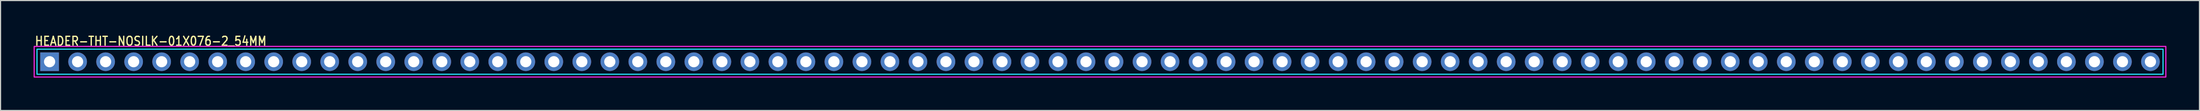
<source format=kicad_pcb>
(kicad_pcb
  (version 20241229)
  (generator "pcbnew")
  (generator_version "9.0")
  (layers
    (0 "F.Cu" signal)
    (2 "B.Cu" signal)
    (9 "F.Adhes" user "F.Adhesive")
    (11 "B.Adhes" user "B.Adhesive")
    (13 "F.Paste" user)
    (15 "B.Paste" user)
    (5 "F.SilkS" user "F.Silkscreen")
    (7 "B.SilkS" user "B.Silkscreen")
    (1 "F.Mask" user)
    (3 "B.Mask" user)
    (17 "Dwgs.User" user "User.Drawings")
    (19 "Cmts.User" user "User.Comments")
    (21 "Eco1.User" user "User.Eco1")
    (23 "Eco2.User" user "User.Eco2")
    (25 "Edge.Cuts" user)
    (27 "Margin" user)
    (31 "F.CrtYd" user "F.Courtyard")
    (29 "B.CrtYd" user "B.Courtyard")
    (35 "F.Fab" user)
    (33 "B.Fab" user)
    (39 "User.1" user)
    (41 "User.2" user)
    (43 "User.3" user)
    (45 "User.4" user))
  (footprint "HEADER-THT-NOSILK-01X076-2_54MM"
    (layer "F.Cu")
    (at 1.447 2.579)
    (property "Reference" "HEADER-THT-NOSILK-01X076-2_54MM" (at -1.4 -1.4 0) (unlocked yes) (layer "F.SilkS") (effects (font (size 0.813 0.695) (thickness 0.122)) (justify left bottom)))
    (fp_poly (pts (xy -1.143 -1.143) (xy 191.643 -1.143) (xy 191.643 1.143) (xy -1.143 1.143)) (stroke (width 0.1) (type solid)) (fill no) (layer "B.CrtYd"))
    (fp_poly (pts (xy -1.397 -1.397) (xy 191.897 -1.397) (xy 191.897 1.397) (xy -1.397 1.397)) (stroke (width 0.1) (type solid)) (fill no) (layer "F.CrtYd"))
    (pad "P$1" thru_hole rect (at 0 0) (size 1.693 1.693) (drill 1.016) (layers "*.Cu" "*.Mask"))
    (pad "P$2" thru_hole oval (at 2.54 0) (size 1.693 1.693) (drill 1.016) (layers "*.Cu" "*.Mask"))
    (pad "P$3" thru_hole oval (at 5.08 0) (size 1.693 1.693) (drill 1.016) (layers "*.Cu" "*.Mask"))
    (pad "P$4" thru_hole oval (at 7.62 0) (size 1.693 1.693) (drill 1.016) (layers "*.Cu" "*.Mask"))
    (pad "P$5" thru_hole oval (at 10.16 0) (size 1.693 1.693) (drill 1.016) (layers "*.Cu" "*.Mask"))
    (pad "P$6" thru_hole oval (at 12.7 0) (size 1.693 1.693) (drill 1.016) (layers "*.Cu" "*.Mask"))
    (pad "P$7" thru_hole oval (at 15.24 0) (size 1.693 1.693) (drill 1.016) (layers "*.Cu" "*.Mask"))
    (pad "P$8" thru_hole oval (at 17.78 0) (size 1.693 1.693) (drill 1.016) (layers "*.Cu" "*.Mask"))
    (pad "P$9" thru_hole oval (at 20.32 0) (size 1.693 1.693) (drill 1.016) (layers "*.Cu" "*.Mask"))
    (pad "P$10" thru_hole oval (at 22.86 0) (size 1.693 1.693) (drill 1.016) (layers "*.Cu" "*.Mask"))
    (pad "P$11" thru_hole oval (at 25.4 0) (size 1.693 1.693) (drill 1.016) (layers "*.Cu" "*.Mask"))
    (pad "P$12" thru_hole oval (at 27.94 0) (size 1.693 1.693) (drill 1.016) (layers "*.Cu" "*.Mask"))
    (pad "P$13" thru_hole oval (at 30.48 0) (size 1.693 1.693) (drill 1.016) (layers "*.Cu" "*.Mask"))
    (pad "P$14" thru_hole oval (at 33.02 0) (size 1.693 1.693) (drill 1.016) (layers "*.Cu" "*.Mask"))
    (pad "P$15" thru_hole oval (at 35.56 0) (size 1.693 1.693) (drill 1.016) (layers "*.Cu" "*.Mask"))
    (pad "P$16" thru_hole oval (at 38.1 0) (size 1.693 1.693) (drill 1.016) (layers "*.Cu" "*.Mask"))
    (pad "P$17" thru_hole oval (at 40.64 0) (size 1.693 1.693) (drill 1.016) (layers "*.Cu" "*.Mask"))
    (pad "P$18" thru_hole oval (at 43.18 0) (size 1.693 1.693) (drill 1.016) (layers "*.Cu" "*.Mask"))
    (pad "P$19" thru_hole oval (at 45.72 0) (size 1.693 1.693) (drill 1.016) (layers "*.Cu" "*.Mask"))
    (pad "P$20" thru_hole oval (at 48.26 0) (size 1.693 1.693) (drill 1.016) (layers "*.Cu" "*.Mask"))
    (pad "P$21" thru_hole oval (at 50.8 0) (size 1.693 1.693) (drill 1.016) (layers "*.Cu" "*.Mask"))
    (pad "P$22" thru_hole oval (at 53.34 0) (size 1.693 1.693) (drill 1.016) (layers "*.Cu" "*.Mask"))
    (pad "P$23" thru_hole oval (at 55.88 0) (size 1.693 1.693) (drill 1.016) (layers "*.Cu" "*.Mask"))
    (pad "P$24" thru_hole oval (at 58.42 0) (size 1.693 1.693) (drill 1.016) (layers "*.Cu" "*.Mask"))
    (pad "P$25" thru_hole oval (at 60.96 0) (size 1.693 1.693) (drill 1.016) (layers "*.Cu" "*.Mask"))
    (pad "P$26" thru_hole oval (at 63.5 0) (size 1.693 1.693) (drill 1.016) (layers "*.Cu" "*.Mask"))
    (pad "P$27" thru_hole oval (at 66.04 0) (size 1.693 1.693) (drill 1.016) (layers "*.Cu" "*.Mask"))
    (pad "P$28" thru_hole oval (at 68.58 0) (size 1.693 1.693) (drill 1.016) (layers "*.Cu" "*.Mask"))
    (pad "P$29" thru_hole oval (at 71.12 0) (size 1.693 1.693) (drill 1.016) (layers "*.Cu" "*.Mask"))
    (pad "P$30" thru_hole oval (at 73.66 0) (size 1.693 1.693) (drill 1.016) (layers "*.Cu" "*.Mask"))
    (pad "P$31" thru_hole oval (at 76.2 0) (size 1.693 1.693) (drill 1.016) (layers "*.Cu" "*.Mask"))
    (pad "P$32" thru_hole oval (at 78.74 0) (size 1.693 1.693) (drill 1.016) (layers "*.Cu" "*.Mask"))
    (pad "P$33" thru_hole oval (at 81.28 0) (size 1.693 1.693) (drill 1.016) (layers "*.Cu" "*.Mask"))
    (pad "P$34" thru_hole oval (at 83.82 0) (size 1.693 1.693) (drill 1.016) (layers "*.Cu" "*.Mask"))
    (pad "P$35" thru_hole oval (at 86.36 0) (size 1.693 1.693) (drill 1.016) (layers "*.Cu" "*.Mask"))
    (pad "P$36" thru_hole oval (at 88.9 0) (size 1.693 1.693) (drill 1.016) (layers "*.Cu" "*.Mask"))
    (pad "P$37" thru_hole oval (at 91.44 0) (size 1.693 1.693) (drill 1.016) (layers "*.Cu" "*.Mask"))
    (pad "P$38" thru_hole oval (at 93.98 0) (size 1.693 1.693) (drill 1.016) (layers "*.Cu" "*.Mask"))
    (pad "P$39" thru_hole oval (at 96.52 0) (size 1.693 1.693) (drill 1.016) (layers "*.Cu" "*.Mask"))
    (pad "P$40" thru_hole oval (at 99.06 0) (size 1.693 1.693) (drill 1.016) (layers "*.Cu" "*.Mask"))
    (pad "P$41" thru_hole oval (at 101.6 0) (size 1.693 1.693) (drill 1.016) (layers "*.Cu" "*.Mask"))
    (pad "P$42" thru_hole oval (at 104.14 0) (size 1.693 1.693) (drill 1.016) (layers "*.Cu" "*.Mask"))
    (pad "P$43" thru_hole oval (at 106.68 0) (size 1.693 1.693) (drill 1.016) (layers "*.Cu" "*.Mask"))
    (pad "P$44" thru_hole oval (at 109.22 0) (size 1.693 1.693) (drill 1.016) (layers "*.Cu" "*.Mask"))
    (pad "P$45" thru_hole oval (at 111.76 0) (size 1.693 1.693) (drill 1.016) (layers "*.Cu" "*.Mask"))
    (pad "P$46" thru_hole oval (at 114.3 0) (size 1.693 1.693) (drill 1.016) (layers "*.Cu" "*.Mask"))
    (pad "P$47" thru_hole oval (at 116.84 0) (size 1.693 1.693) (drill 1.016) (layers "*.Cu" "*.Mask"))
    (pad "P$48" thru_hole oval (at 119.38 0) (size 1.693 1.693) (drill 1.016) (layers "*.Cu" "*.Mask"))
    (pad "P$49" thru_hole oval (at 121.92 0) (size 1.693 1.693) (drill 1.016) (layers "*.Cu" "*.Mask"))
    (pad "P$50" thru_hole oval (at 124.46 0) (size 1.693 1.693) (drill 1.016) (layers "*.Cu" "*.Mask"))
    (pad "P$51" thru_hole oval (at 127 0) (size 1.693 1.693) (drill 1.016) (layers "*.Cu" "*.Mask"))
    (pad "P$52" thru_hole oval (at 129.54 0) (size 1.693 1.693) (drill 1.016) (layers "*.Cu" "*.Mask"))
    (pad "P$53" thru_hole oval (at 132.08 0) (size 1.693 1.693) (drill 1.016) (layers "*.Cu" "*.Mask"))
    (pad "P$54" thru_hole oval (at 134.62 0) (size 1.693 1.693) (drill 1.016) (layers "*.Cu" "*.Mask"))
    (pad "P$55" thru_hole oval (at 137.16 0) (size 1.693 1.693) (drill 1.016) (layers "*.Cu" "*.Mask"))
    (pad "P$56" thru_hole oval (at 139.7 0) (size 1.693 1.693) (drill 1.016) (layers "*.Cu" "*.Mask"))
    (pad "P$57" thru_hole oval (at 142.24 0) (size 1.693 1.693) (drill 1.016) (layers "*.Cu" "*.Mask"))
    (pad "P$58" thru_hole oval (at 144.78 0) (size 1.693 1.693) (drill 1.016) (layers "*.Cu" "*.Mask"))
    (pad "P$59" thru_hole oval (at 147.32 0) (size 1.693 1.693) (drill 1.016) (layers "*.Cu" "*.Mask"))
    (pad "P$60" thru_hole oval (at 149.86 0) (size 1.693 1.693) (drill 1.016) (layers "*.Cu" "*.Mask"))
    (pad "P$61" thru_hole oval (at 152.4 0) (size 1.693 1.693) (drill 1.016) (layers "*.Cu" "*.Mask"))
    (pad "P$62" thru_hole oval (at 154.94 0) (size 1.693 1.693) (drill 1.016) (layers "*.Cu" "*.Mask"))
    (pad "P$63" thru_hole oval (at 157.48 0) (size 1.693 1.693) (drill 1.016) (layers "*.Cu" "*.Mask"))
    (pad "P$64" thru_hole oval (at 160.02 0) (size 1.693 1.693) (drill 1.016) (layers "*.Cu" "*.Mask"))
    (pad "P$65" thru_hole oval (at 162.56 0) (size 1.693 1.693) (drill 1.016) (layers "*.Cu" "*.Mask"))
    (pad "P$66" thru_hole oval (at 165.1 0) (size 1.693 1.693) (drill 1.016) (layers "*.Cu" "*.Mask"))
    (pad "P$67" thru_hole oval (at 167.64 0) (size 1.693 1.693) (drill 1.016) (layers "*.Cu" "*.Mask"))
    (pad "P$68" thru_hole oval (at 170.18 0) (size 1.693 1.693) (drill 1.016) (layers "*.Cu" "*.Mask"))
    (pad "P$69" thru_hole oval (at 172.72 0) (size 1.693 1.693) (drill 1.016) (layers "*.Cu" "*.Mask"))
    (pad "P$70" thru_hole oval (at 175.26 0) (size 1.693 1.693) (drill 1.016) (layers "*.Cu" "*.Mask"))
    (pad "P$71" thru_hole oval (at 177.8 0) (size 1.693 1.693) (drill 1.016) (layers "*.Cu" "*.Mask"))
    (pad "P$72" thru_hole oval (at 180.34 0) (size 1.693 1.693) (drill 1.016) (layers "*.Cu" "*.Mask"))
    (pad "P$73" thru_hole oval (at 182.88 0) (size 1.693 1.693) (drill 1.016) (layers "*.Cu" "*.Mask"))
    (pad "P$74" thru_hole oval (at 185.42 0) (size 1.693 1.693) (drill 1.016) (layers "*.Cu" "*.Mask"))
    (pad "P$75" thru_hole oval (at 187.96 0) (size 1.693 1.693) (drill 1.016) (layers "*.Cu" "*.Mask"))
    (pad "P$76" thru_hole oval (at 190.5 0) (size 1.693 1.693) (drill 1.016) (layers "*.Cu" "*.Mask")))
  (gr_rect
    (start -3 -3)
    (end 196.394 7.026)
    (stroke (width 0.1) (type default))
    (fill no)
    (layer "Edge.Cuts")))
</source>
